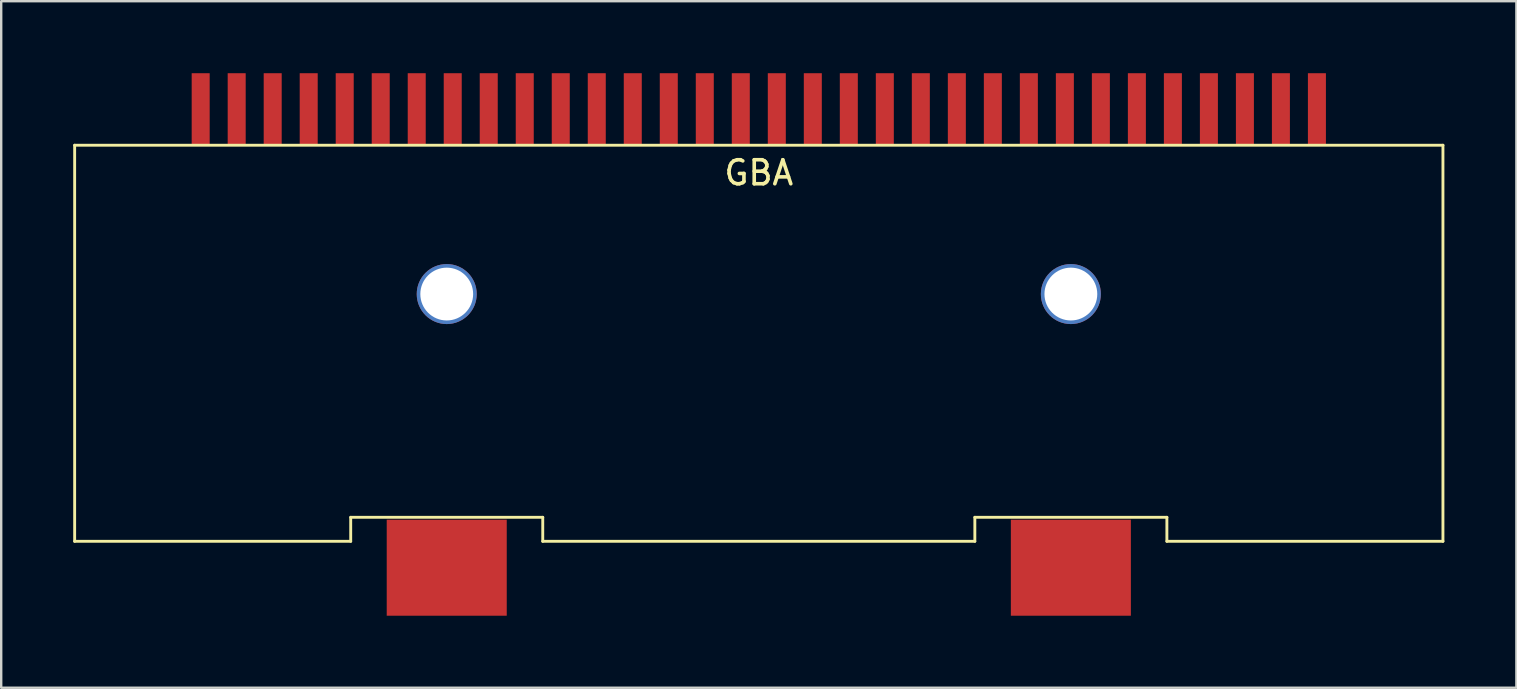
<source format=kicad_pcb>
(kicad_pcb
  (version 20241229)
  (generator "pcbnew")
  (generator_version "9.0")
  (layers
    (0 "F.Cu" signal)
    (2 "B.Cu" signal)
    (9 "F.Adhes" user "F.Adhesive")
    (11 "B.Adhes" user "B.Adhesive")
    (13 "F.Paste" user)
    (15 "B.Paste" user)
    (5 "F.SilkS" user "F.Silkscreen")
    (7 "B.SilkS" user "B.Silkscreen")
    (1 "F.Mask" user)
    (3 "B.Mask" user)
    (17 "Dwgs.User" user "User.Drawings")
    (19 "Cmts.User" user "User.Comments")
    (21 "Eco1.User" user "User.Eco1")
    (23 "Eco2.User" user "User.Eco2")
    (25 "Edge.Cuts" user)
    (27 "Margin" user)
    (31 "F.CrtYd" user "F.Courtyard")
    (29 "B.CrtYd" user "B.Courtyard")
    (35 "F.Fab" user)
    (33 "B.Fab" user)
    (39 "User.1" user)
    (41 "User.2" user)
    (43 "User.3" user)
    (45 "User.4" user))
  (footprint "GBA"
    (layer "F.Cu")
    (at 28.56 11.2)
    (property "Reference" "GBA" (at 0 -7.05 0) (layer "F.SilkS") (effects (font (size 1 1) (thickness 0.15))))
    (attr smd)
    (fp_line (start -28.5 -8.2) (end -28.5 8.3) (stroke (width 0.12) (type solid)) (layer "F.SilkS"))
    (fp_line (start -28.5 -8.2) (end 28.5 -8.2) (stroke (width 0.12) (type solid)) (layer "F.SilkS"))
    (fp_line (start -28.5 8.3) (end -17 8.3) (stroke (width 0.12) (type solid)) (layer "F.SilkS"))
    (fp_line (start -17 7.3) (end -9 7.3) (stroke (width 0.12) (type solid)) (layer "F.SilkS"))
    (fp_line (start -17 8.3) (end -17 7.3) (stroke (width 0.12) (type solid)) (layer "F.SilkS"))
    (fp_line (start -9 7.3) (end -9 8.3) (stroke (width 0.12) (type solid)) (layer "F.SilkS"))
    (fp_line (start 9 7.3) (end 9 8.3) (stroke (width 0.12) (type solid)) (layer "F.SilkS"))
    (fp_line (start 9 8.3) (end -9 8.3) (stroke (width 0.12) (type solid)) (layer "F.SilkS"))
    (fp_line (start 17 7.3) (end 9 7.3) (stroke (width 0.12) (type solid)) (layer "F.SilkS"))
    (fp_line (start 17 8.3) (end 17 7.3) (stroke (width 0.12) (type solid)) (layer "F.SilkS"))
    (fp_line (start 28.5 8.3) (end 17 8.3) (stroke (width 0.12) (type solid)) (layer "F.SilkS"))
    (fp_line (start 28.5 8.3) (end 28.5 -8.2) (stroke (width 0.12) (type solid)) (layer "F.SilkS"))
    (pad "" np_thru_hole circle (at -13 -2) (size 2.5 2.5) (drill 2.2) (layers "*.Cu" "*.Mask"))
    (pad "" connect rect (at -13 9.4) (size 5 4) (layers "F.Cu" "F.Mask"))
    (pad "" np_thru_hole circle (at 13 -2) (size 2.5 2.5) (drill 2.2) (layers "*.Cu" "*.Mask"))
    (pad "" connect rect (at 13 9.4) (size 5 4) (layers "F.Cu" "F.Mask"))
    (pad "1" smd rect (at 23.25 -9.7 180) (size 0.75 3) (layers "F.Cu" "F.Mask" "F.Paste"))
    (pad "2" smd rect (at 21.75 -9.7 180) (size 0.75 3) (layers "F.Cu" "F.Mask" "F.Paste"))
    (pad "3" smd rect (at 20.25 -9.7 180) (size 0.75 3) (layers "F.Cu" "F.Mask" "F.Paste"))
    (pad "4" smd rect (at 18.75 -9.7 180) (size 0.75 3) (layers "F.Cu" "F.Mask" "F.Paste"))
    (pad "5" smd rect (at 17.25 -9.7 180) (size 0.75 3) (layers "F.Cu" "F.Mask" "F.Paste"))
    (pad "6" smd rect (at 15.75 -9.7 180) (size 0.75 3) (layers "F.Cu" "F.Mask" "F.Paste"))
    (pad "7" smd rect (at 14.25 -9.7 180) (size 0.75 3) (layers "F.Cu" "F.Mask" "F.Paste"))
    (pad "8" smd rect (at 12.75 -9.7 180) (size 0.75 3) (layers "F.Cu" "F.Mask" "F.Paste"))
    (pad "9" smd rect (at 11.25 -9.7 180) (size 0.75 3) (layers "F.Cu" "F.Mask" "F.Paste"))
    (pad "10" smd rect (at 9.75 -9.7 180) (size 0.75 3) (layers "F.Cu" "F.Mask" "F.Paste"))
    (pad "11" smd rect (at 8.25 -9.7 180) (size 0.75 3) (layers "F.Cu" "F.Mask" "F.Paste"))
    (pad "12" smd rect (at 6.75 -9.7 180) (size 0.75 3) (layers "F.Cu" "F.Mask" "F.Paste"))
    (pad "13" smd rect (at 5.25 -9.7 180) (size 0.75 3) (layers "F.Cu" "F.Mask" "F.Paste"))
    (pad "14" smd rect (at 3.75 -9.7 180) (size 0.75 3) (layers "F.Cu" "F.Mask" "F.Paste"))
    (pad "15" smd rect (at 2.25 -9.7 180) (size 0.75 3) (layers "F.Cu" "F.Mask" "F.Paste"))
    (pad "16" smd rect (at 0.75 -9.7 180) (size 0.75 3) (layers "F.Cu" "F.Mask" "F.Paste"))
    (pad "17" smd rect (at -0.75 -9.7 180) (size 0.75 3) (layers "F.Cu" "F.Mask" "F.Paste"))
    (pad "18" smd rect (at -2.25 -9.7 180) (size 0.75 3) (layers "F.Cu" "F.Mask" "F.Paste"))
    (pad "19" smd rect (at -3.75 -9.7 180) (size 0.75 3) (layers "F.Cu" "F.Mask" "F.Paste"))
    (pad "20" smd rect (at -5.25 -9.7 180) (size 0.75 3) (layers "F.Cu" "F.Mask" "F.Paste"))
    (pad "21" smd rect (at -6.75 -9.7 180) (size 0.75 3) (layers "F.Cu" "F.Mask" "F.Paste"))
    (pad "22" smd rect (at -8.25 -9.7 180) (size 0.75 3) (layers "F.Cu" "F.Mask" "F.Paste"))
    (pad "23" smd rect (at -9.75 -9.7 180) (size 0.75 3) (layers "F.Cu" "F.Mask" "F.Paste"))
    (pad "24" smd rect (at -11.25 -9.7 180) (size 0.75 3) (layers "F.Cu" "F.Mask" "F.Paste"))
    (pad "25" smd rect (at -12.75 -9.7 180) (size 0.75 3) (layers "F.Cu" "F.Mask" "F.Paste"))
    (pad "26" smd rect (at -14.25 -9.7 180) (size 0.75 3) (layers "F.Cu" "F.Mask" "F.Paste"))
    (pad "27" smd rect (at -15.75 -9.7 180) (size 0.75 3) (layers "F.Cu" "F.Mask" "F.Paste"))
    (pad "28" smd rect (at -17.25 -9.7 180) (size 0.75 3) (layers "F.Cu" "F.Mask" "F.Paste"))
    (pad "29" smd rect (at -18.75 -9.7 180) (size 0.75 3) (layers "F.Cu" "F.Mask" "F.Paste"))
    (pad "30" smd rect (at -20.25 -9.7 180) (size 0.75 3) (layers "F.Cu" "F.Mask" "F.Paste"))
    (pad "31" smd rect (at -21.75 -9.7 180) (size 0.75 3) (layers "F.Cu" "F.Mask" "F.Paste"))
    (pad "32" smd rect (at -23.25 -9.7 180) (size 0.75 3) (layers "F.Cu" "F.Mask" "F.Paste")))
  (gr_rect
    (start -3 -3)
    (end 60.12 25.6)
    (stroke (width 0.1) (type default))
    (fill no)
    (layer "Edge.Cuts")))
</source>
